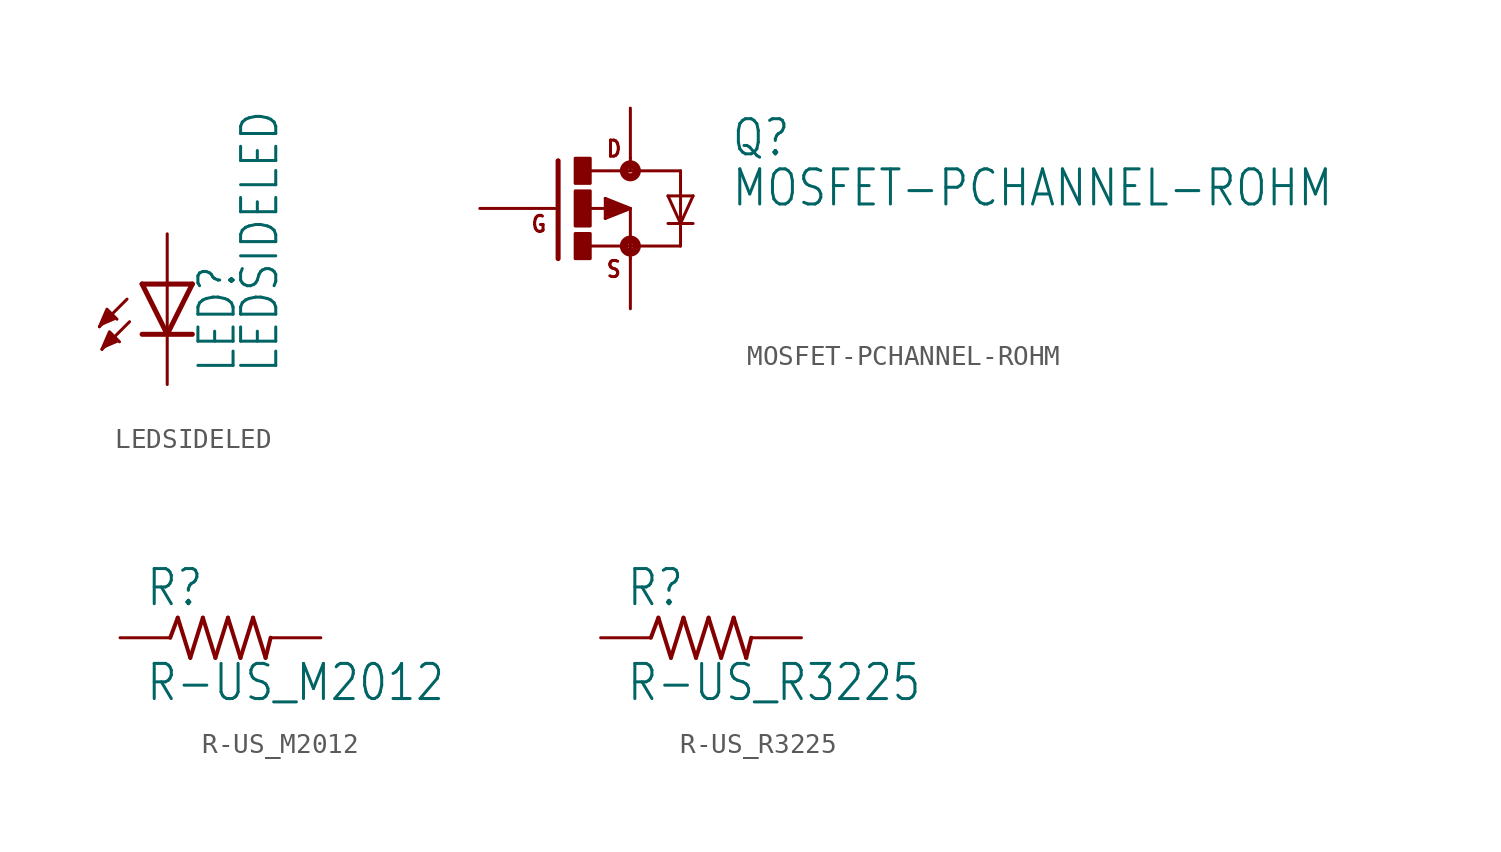
<source format=kicad_sym>
(kicad_symbol_lib
  (version 20211014)
  (generator kicad_symbol_editor)
  (symbol "LEDSIDELED"
    (property "Reference" "LED"
      (at 3.556 -4.572 90)
      (effects (font (size 1.778 1.511)) (justify left bottom)))
    (property "Value" "LEDSIDELED"
      (at 5.715 -4.572 90)
      (effects (font (size 1.778 1.511)) (justify left bottom)))
    (property "ki_locked" ""
      (at 0 0 0)
      (effects (font (size 1.27 1.27))))
    (symbol "LEDSIDELED_1_0"
      (polyline (pts (xy -2.032 -0.762) (xy -3.429 -2.159)) (stroke (width 0.152) (type default) (color 0 0 0 0)) (fill (type none)))
      (polyline (pts (xy -1.905 -1.905) (xy -3.302 -3.302)) (stroke (width 0.152) (type default) (color 0 0 0 0)) (fill (type none)))
      (polyline (pts (xy 0 -2.54) (xy -1.27 -2.54)) (stroke (width 0.254) (type default) (color 0 0 0 0)) (fill (type none)))
      (polyline (pts (xy 0 -2.54) (xy -1.27 0)) (stroke (width 0.254) (type default) (color 0 0 0 0)) (fill (type none)))
      (polyline (pts (xy 0 0) (xy -1.27 0)) (stroke (width 0.254) (type default) (color 0 0 0 0)) (fill (type none)))
      (polyline (pts (xy 0 0) (xy 0 -2.54)) (stroke (width 0.152) (type default) (color 0 0 0 0)) (fill (type none)))
      (polyline (pts (xy 1.27 -2.54) (xy 0 -2.54)) (stroke (width 0.254) (type default) (color 0 0 0 0)) (fill (type none)))
      (polyline (pts (xy 1.27 0) (xy 0 -2.54)) (stroke (width 0.254) (type default) (color 0 0 0 0)) (fill (type none)))
      (polyline (pts (xy 1.27 0) (xy 0 0)) (stroke (width 0.254) (type default) (color 0 0 0 0)) (fill (type none)))
      (polyline (pts (xy -3.429 -2.159) (xy -3.048 -1.27) (xy -2.54 -1.778)) (stroke (width 0) (type default) (color 0 0 0 0)) (fill (type outline)))
      (polyline (pts (xy -3.302 -3.302) (xy -2.921 -2.413) (xy -2.413 -2.921)) (stroke (width 0) (type default) (color 0 0 0 0)) (fill (type outline)))
      (pin passive line (at 0 2.54 270) (length 2.54) (name "A" (effects (font (size 0 0)))) (number "A" (effects (font (size 0 0)))))
      (pin passive line (at 0 -5.08 90) (length 2.54) (name "C" (effects (font (size 0 0)))) (number "C" (effects (font (size 0 0)))))))
  (symbol "MOSFET-PCHANNEL-ROHM"
    (property "Reference" "Q"
      (at 5.08 2.54 0)
      (effects (font (size 1.778 1.511)) (justify left bottom)))
    (property "Value" "MOSFET-PCHANNEL-ROHM"
      (at 5.08 0 0)
      (effects (font (size 1.778 1.511)) (justify left bottom)))
    (property "ki_locked" ""
      (at 0 0 0)
      (effects (font (size 1.27 1.27))))
    (symbol "MOSFET-PCHANNEL-ROHM_1_0"
      (rectangle (start -2.794 -2.54) (end -2.032 -1.27) (stroke (width 0) (type default) (color 0 0 0 0)) (fill (type outline)))
      (rectangle (start -2.794 -0.889) (end -2.032 0.889) (stroke (width 0) (type default) (color 0 0 0 0)) (fill (type outline)))
      (rectangle (start -2.794 1.27) (end -2.032 2.54) (stroke (width 0) (type default) (color 0 0 0 0)) (fill (type outline)))
      (circle (center 0 -1.905) (radius 0.127) (stroke (width 0.406) (type default) (color 0 0 0 0)) (fill (type none)))
      (polyline (pts (xy -3.81 0) (xy -5.08 0)) (stroke (width 0.152) (type default) (color 0 0 0 0)) (fill (type none)))
      (polyline (pts (xy -3.658 2.413) (xy -3.658 -2.54)) (stroke (width 0.254) (type default) (color 0 0 0 0)) (fill (type none)))
      (polyline (pts (xy -2.032 -1.905) (xy 0 -1.905)) (stroke (width 0.152) (type default) (color 0 0 0 0)) (fill (type none)))
      (polyline (pts (xy -1.27 -0.508) (xy 0 0)) (stroke (width 0.152) (type default) (color 0 0 0 0)) (fill (type none)))
      (polyline (pts (xy -1.27 0.508) (xy -1.27 -0.508)) (stroke (width 0.152) (type default) (color 0 0 0 0)) (fill (type none)))
      (polyline (pts (xy -1.143 -0.254) (xy -0.254 0)) (stroke (width 0.305) (type default) (color 0 0 0 0)) (fill (type none)))
      (polyline (pts (xy -1.143 0) (xy -2.032 0)) (stroke (width 0.152) (type default) (color 0 0 0 0)) (fill (type none)))
      (polyline (pts (xy -1.143 0) (xy -0.889 0)) (stroke (width 0.305) (type default) (color 0 0 0 0)) (fill (type none)))
      (polyline (pts (xy -1.143 0.254) (xy -1.143 0)) (stroke (width 0.305) (type default) (color 0 0 0 0)) (fill (type none)))
      (polyline (pts (xy -0.254 0) (xy -1.143 0.254)) (stroke (width 0.305) (type default) (color 0 0 0 0)) (fill (type none)))
      (polyline (pts (xy 0 -1.905) (xy 0 -2.54)) (stroke (width 0.152) (type default) (color 0 0 0 0)) (fill (type none)))
      (polyline (pts (xy 0 0) (xy -1.27 0.508)) (stroke (width 0.152) (type default) (color 0 0 0 0)) (fill (type none)))
      (polyline (pts (xy 0 0) (xy 0 -1.905)) (stroke (width 0.152) (type default) (color 0 0 0 0)) (fill (type none)))
      (polyline (pts (xy 0 1.905) (xy -2.007 1.905)) (stroke (width 0.152) (type default) (color 0 0 0 0)) (fill (type none)))
      (polyline (pts (xy 0 1.905) (xy 2.54 1.905)) (stroke (width 0.152) (type default) (color 0 0 0 0)) (fill (type none)))
      (polyline (pts (xy 0 2.54) (xy 0 1.905)) (stroke (width 0.152) (type default) (color 0 0 0 0)) (fill (type none)))
      (polyline (pts (xy 1.905 0.635) (xy 2.54 -0.762)) (stroke (width 0.152) (type default) (color 0 0 0 0)) (fill (type none)))
      (polyline (pts (xy 2.54 -1.905) (xy 0 -1.905)) (stroke (width 0.152) (type default) (color 0 0 0 0)) (fill (type none)))
      (polyline (pts (xy 2.54 -1.905) (xy 2.54 -0.762)) (stroke (width 0.152) (type default) (color 0 0 0 0)) (fill (type none)))
      (polyline (pts (xy 2.54 -0.762) (xy 1.905 -0.762)) (stroke (width 0.152) (type default) (color 0 0 0 0)) (fill (type none)))
      (polyline (pts (xy 2.54 -0.762) (xy 2.54 1.905)) (stroke (width 0.152) (type default) (color 0 0 0 0)) (fill (type none)))
      (polyline (pts (xy 2.54 -0.762) (xy 3.175 0.635)) (stroke (width 0.152) (type default) (color 0 0 0 0)) (fill (type none)))
      (polyline (pts (xy 3.175 -0.762) (xy 2.54 -0.762)) (stroke (width 0.152) (type default) (color 0 0 0 0)) (fill (type none)))
      (polyline (pts (xy 3.175 0.635) (xy 1.905 0.635)) (stroke (width 0.152) (type default) (color 0 0 0 0)) (fill (type none)))
      (circle (center 0 1.905) (radius 0.127) (stroke (width 0.406) (type default) (color 0 0 0 0)) (fill (type none)))
      (text "D" (at -1.27 2.54 0) (effects (font (size 0.813 0.691)) (justify left bottom)))
      (text "G" (at -5.08 -1.27 0) (effects (font (size 0.813 0.691)) (justify left bottom)))
      (text "S" (at -1.27 -3.556 0) (effects (font (size 0.813 0.691)) (justify left bottom)))
      (pin passive line (at 0 -5.08 90) (length 2.54) (name "S" (effects (font (size 0 0)))) (number "1" (effects (font (size 0 0)))))
      (pin passive line (at -7.62 0 0) (length 2.54) (name "G" (effects (font (size 0 0)))) (number "2" (effects (font (size 0 0)))))
      (pin passive line (at 0 5.08 270) (length 2.54) (name "D" (effects (font (size 0 0)))) (number "3" (effects (font (size 0 0)))))))
  (symbol "R-US_M2012"
    (property "Reference" "R"
      (at -3.81 1.499 0)
      (effects (font (size 1.778 1.511)) (justify left bottom)))
    (property "Value" "R-US_M2012"
      (at -3.81 -3.302 0)
      (effects (font (size 1.778 1.511)) (justify left bottom)))
    (property "ki_locked" ""
      (at 0 0 0)
      (effects (font (size 1.27 1.27))))
    (symbol "R-US_M2012_1_0"
      (polyline (pts (xy -2.54 0) (xy -2.159 1.016)) (stroke (width 0.203) (type default) (color 0 0 0 0)) (fill (type none)))
      (polyline (pts (xy -2.159 1.016) (xy -1.524 -1.016)) (stroke (width 0.203) (type default) (color 0 0 0 0)) (fill (type none)))
      (polyline (pts (xy -1.524 -1.016) (xy -0.889 1.016)) (stroke (width 0.203) (type default) (color 0 0 0 0)) (fill (type none)))
      (polyline (pts (xy -0.889 1.016) (xy -0.254 -1.016)) (stroke (width 0.203) (type default) (color 0 0 0 0)) (fill (type none)))
      (polyline (pts (xy -0.254 -1.016) (xy 0.381 1.016)) (stroke (width 0.203) (type default) (color 0 0 0 0)) (fill (type none)))
      (polyline (pts (xy 0.381 1.016) (xy 1.016 -1.016)) (stroke (width 0.203) (type default) (color 0 0 0 0)) (fill (type none)))
      (polyline (pts (xy 1.016 -1.016) (xy 1.651 1.016)) (stroke (width 0.203) (type default) (color 0 0 0 0)) (fill (type none)))
      (polyline (pts (xy 1.651 1.016) (xy 2.286 -1.016)) (stroke (width 0.203) (type default) (color 0 0 0 0)) (fill (type none)))
      (polyline (pts (xy 2.286 -1.016) (xy 2.54 0)) (stroke (width 0.203) (type default) (color 0 0 0 0)) (fill (type none)))
      (pin passive line (at -5.08 0 0) (length 2.54) (name "1" (effects (font (size 0 0)))) (number "1" (effects (font (size 0 0)))))
      (pin passive line (at 5.08 0 180) (length 2.54) (name "2" (effects (font (size 0 0)))) (number "2" (effects (font (size 0 0)))))))
  (symbol "R-US_R3225"
    (property "Reference" "R"
      (at -3.81 1.499 0)
      (effects (font (size 1.778 1.511)) (justify left bottom)))
    (property "Value" "R-US_R3225"
      (at -3.81 -3.302 0)
      (effects (font (size 1.778 1.511)) (justify left bottom)))
    (property "ki_locked" ""
      (at 0 0 0)
      (effects (font (size 1.27 1.27))))
    (symbol "R-US_R3225_1_0"
      (polyline (pts (xy -2.54 0) (xy -2.159 1.016)) (stroke (width 0.203) (type default) (color 0 0 0 0)) (fill (type none)))
      (polyline (pts (xy -2.159 1.016) (xy -1.524 -1.016)) (stroke (width 0.203) (type default) (color 0 0 0 0)) (fill (type none)))
      (polyline (pts (xy -1.524 -1.016) (xy -0.889 1.016)) (stroke (width 0.203) (type default) (color 0 0 0 0)) (fill (type none)))
      (polyline (pts (xy -0.889 1.016) (xy -0.254 -1.016)) (stroke (width 0.203) (type default) (color 0 0 0 0)) (fill (type none)))
      (polyline (pts (xy -0.254 -1.016) (xy 0.381 1.016)) (stroke (width 0.203) (type default) (color 0 0 0 0)) (fill (type none)))
      (polyline (pts (xy 0.381 1.016) (xy 1.016 -1.016)) (stroke (width 0.203) (type default) (color 0 0 0 0)) (fill (type none)))
      (polyline (pts (xy 1.016 -1.016) (xy 1.651 1.016)) (stroke (width 0.203) (type default) (color 0 0 0 0)) (fill (type none)))
      (polyline (pts (xy 1.651 1.016) (xy 2.286 -1.016)) (stroke (width 0.203) (type default) (color 0 0 0 0)) (fill (type none)))
      (polyline (pts (xy 2.286 -1.016) (xy 2.54 0)) (stroke (width 0.203) (type default) (color 0 0 0 0)) (fill (type none)))
      (pin passive line (at -5.08 0 0) (length 2.54) (name "1" (effects (font (size 0 0)))) (number "1" (effects (font (size 0 0)))))
      (pin passive line (at 5.08 0 180) (length 2.54) (name "2" (effects (font (size 0 0)))) (number "2" (effects (font (size 0 0))))))))
</source>
